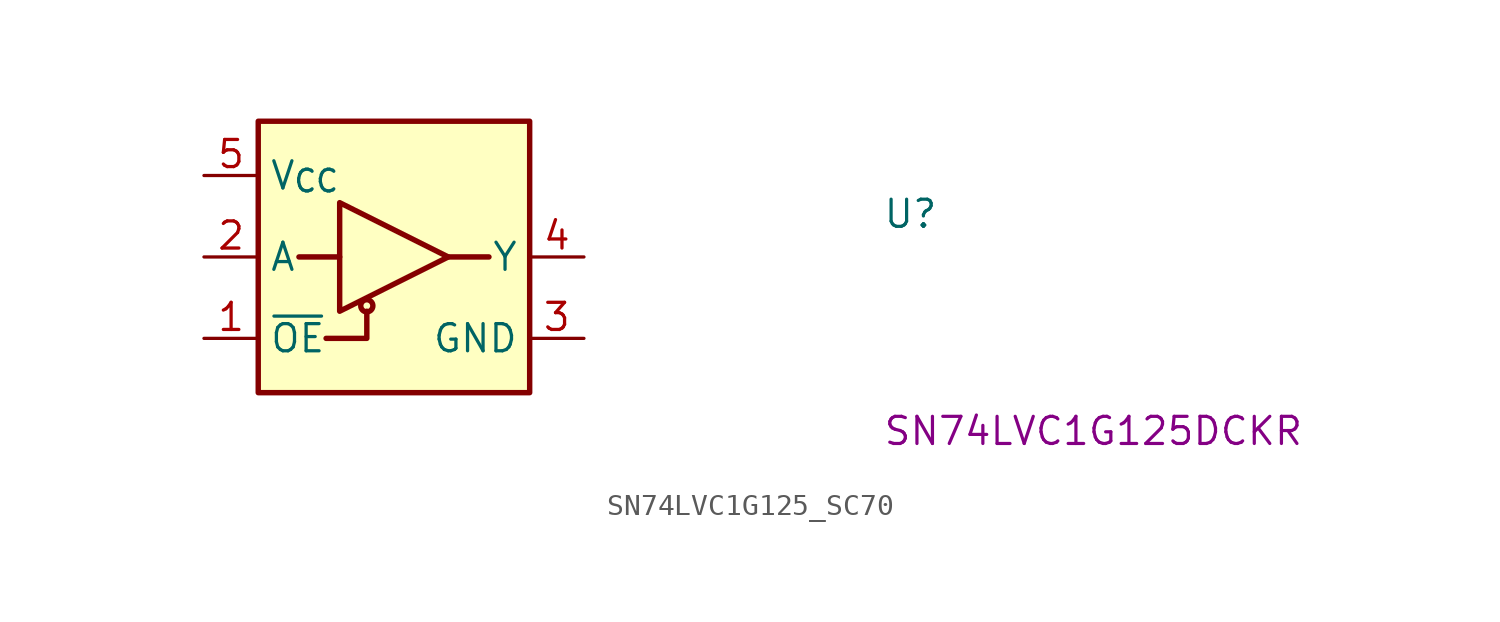
<source format=kicad_sym>
(kicad_symbol_lib
  (version 20220914)
  (generator kicad_symbol_editor)
  (symbol "SN74LVC1G125_SC70"
    (property "Reference" "U"
      (at 31.75 -2.54 0)
      (effects (font (size 1.27 1.27) (thickness 0.15)) (justify left bottom)))
    (property "MPN" "SN74LVC1G125DCKR"
      (at 31.75 -12.7 0)
      (effects (font (size 1.27 1.27) (thickness 0.15)) (justify left bottom)))
    (symbol "SN74LVC1G125_SC70_1_1"
      (polyline (pts (xy 6.35 -3.81) (xy 4.445 -3.81)) (stroke (width 0.254) (type default)) (fill (type background)))
      (polyline (pts (xy 11.43 -3.81) (xy 13.335 -3.81)) (stroke (width 0.254) (type default)) (fill (type background)))
      (polyline (pts (xy 5.715 -7.62) (xy 7.62 -7.62) (xy 7.62 -6.35)) (stroke (width 0.254) (type default)) (fill (type background)))
      (polyline (pts (xy 6.35 -1.27) (xy 11.43 -3.81) (xy 6.35 -6.35) (xy 6.35 -1.27)) (stroke (width 0.254) (type default)) (fill (type background)))
      (rectangle (start 2.54 2.54) (end 15.24 -10.16) (stroke (width 0.254) (type default)) (fill (type background)))
      (circle (center 7.62 -6.096) (radius 0.284) (stroke (width 0.254) (type default)) (fill (type background)))
      (pin input line (at 0 -7.62 0) (length 2.54) (name "~{OE}" (effects (font (size 1.27 1.27)))) (number "1" (effects (font (size 1.27 1.27)))))
      (pin input line (at 0 -3.81 0) (length 2.54) (name "A" (effects (font (size 1.27 1.27)))) (number "2" (effects (font (size 1.27 1.27)))))
      (pin power_in line (at 17.78 -7.62 180) (length 2.54) (name "GND" (effects (font (size 1.27 1.27)))) (number "3" (effects (font (size 1.27 1.27)))))
      (pin output line (at 17.78 -3.81 180) (length 2.54) (name "Y" (effects (font (size 1.27 1.27)))) (number "4" (effects (font (size 1.27 1.27)))))
      (pin power_in line (at 0 0 0) (length 2.54) (name "V_{CC}" (effects (font (size 1.27 1.27)))) (number "5" (effects (font (size 1.27 1.27))))))))
</source>
